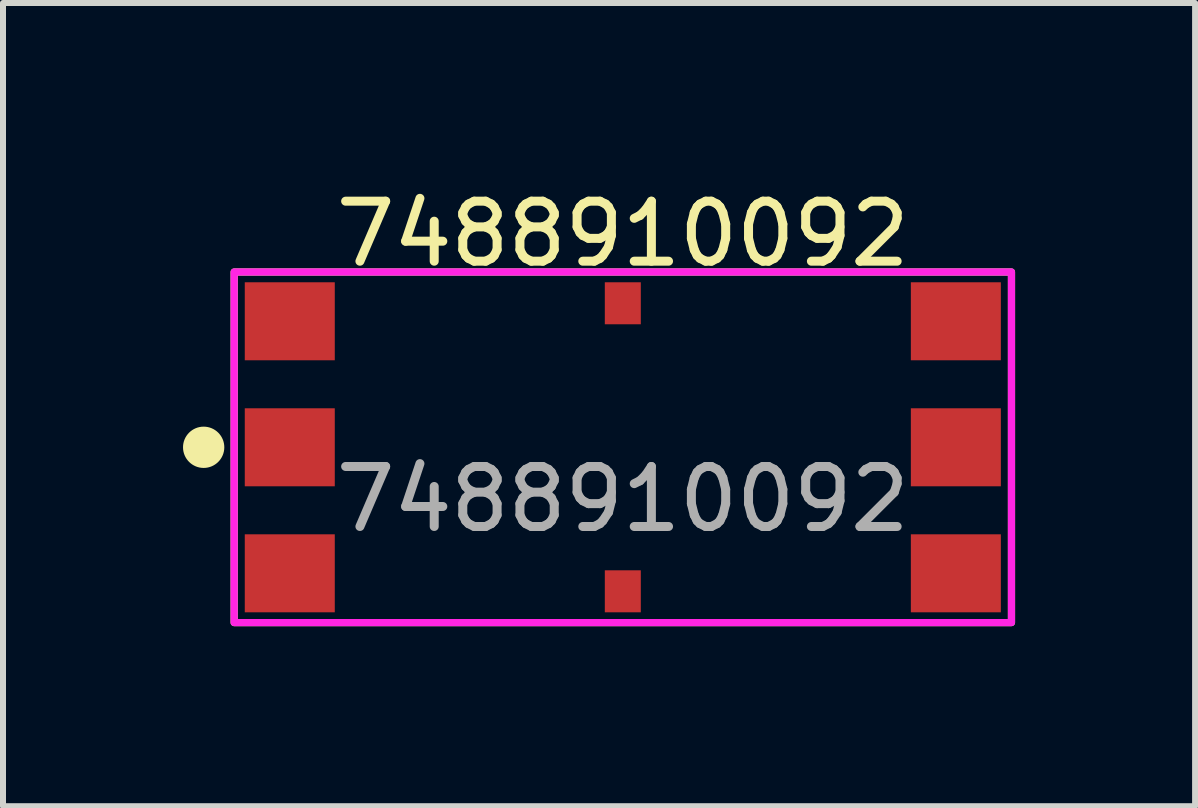
<source format=kicad_pcb>
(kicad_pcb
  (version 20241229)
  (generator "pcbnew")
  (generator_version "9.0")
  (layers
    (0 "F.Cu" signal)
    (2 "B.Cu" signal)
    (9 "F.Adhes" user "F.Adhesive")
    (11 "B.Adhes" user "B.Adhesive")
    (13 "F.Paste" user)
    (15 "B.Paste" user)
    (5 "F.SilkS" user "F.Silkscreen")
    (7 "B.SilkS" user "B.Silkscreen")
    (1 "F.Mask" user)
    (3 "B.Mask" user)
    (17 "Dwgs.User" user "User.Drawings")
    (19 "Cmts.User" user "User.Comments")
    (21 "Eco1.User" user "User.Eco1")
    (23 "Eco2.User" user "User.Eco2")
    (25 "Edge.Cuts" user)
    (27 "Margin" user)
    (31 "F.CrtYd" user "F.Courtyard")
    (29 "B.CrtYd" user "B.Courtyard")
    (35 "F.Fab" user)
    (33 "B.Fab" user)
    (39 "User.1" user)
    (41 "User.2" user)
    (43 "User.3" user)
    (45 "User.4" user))
  (footprint "7488910092"
    (layer "F.Cu")
    (at 7.329 4.404)
    (property "Reference" "7488910092" (at 0 -3.556 0) (unlocked yes) (layer "F.SilkS") (effects (font (size 1 1) (thickness 0.15))))
    (attr smd)
    (fp_rect (start -6.477 -2.921) (end 6.477 2.921) (stroke (width 0.12) (type default)) (fill no) (layer "F.SilkS"))
    (fp_circle (center -6.985 0) (end -6.701 0) (stroke (width 0.12) (type solid)) (fill yes) (layer "F.SilkS"))
    (fp_rect (start -6.477 -2.921) (end 6.477 2.921) (stroke (width 0.12) (type default)) (fill no) (layer "F.CrtYd"))
    (fp_text user "${REFERENCE}" (at 0 0.865 0) (unlocked yes) (layer "F.Fab") (effects (font (size 1 1) (thickness 0.15))))
    (pad "1" smd rect (at -5.55 0) (size 1.5 1.3) (layers "F.Cu" "F.Mask" "F.Paste"))
    (pad "2" smd rect (at -5.55 -2.1) (size 1.5 1.3) (layers "F.Cu" "F.Mask" "F.Paste"))
    (pad "2" smd rect (at -5.55 2.1) (size 1.5 1.3) (layers "F.Cu" "F.Mask" "F.Paste"))
    (pad "2" smd rect (at 0 -2.4) (size 0.6 0.7) (layers "F.Cu" "F.Mask" "F.Paste"))
    (pad "2" smd rect (at 0 2.4) (size 0.6 0.7) (layers "F.Cu" "F.Mask" "F.Paste"))
    (pad "2" smd rect (at 5.55 -2.1) (size 1.5 1.3) (layers "F.Cu" "F.Mask" "F.Paste"))
    (pad "2" smd rect (at 5.55 0) (size 1.5 1.3) (layers "F.Cu" "F.Mask" "F.Paste"))
    (pad "2" smd rect (at 5.55 2.1) (size 1.5 1.3) (layers "F.Cu" "F.Mask" "F.Paste")))
  (gr_rect
    (start -3 -3)
    (end 16.866 10.385)
    (stroke (width 0.1) (type default))
    (fill no)
    (layer "Edge.Cuts")))
</source>
